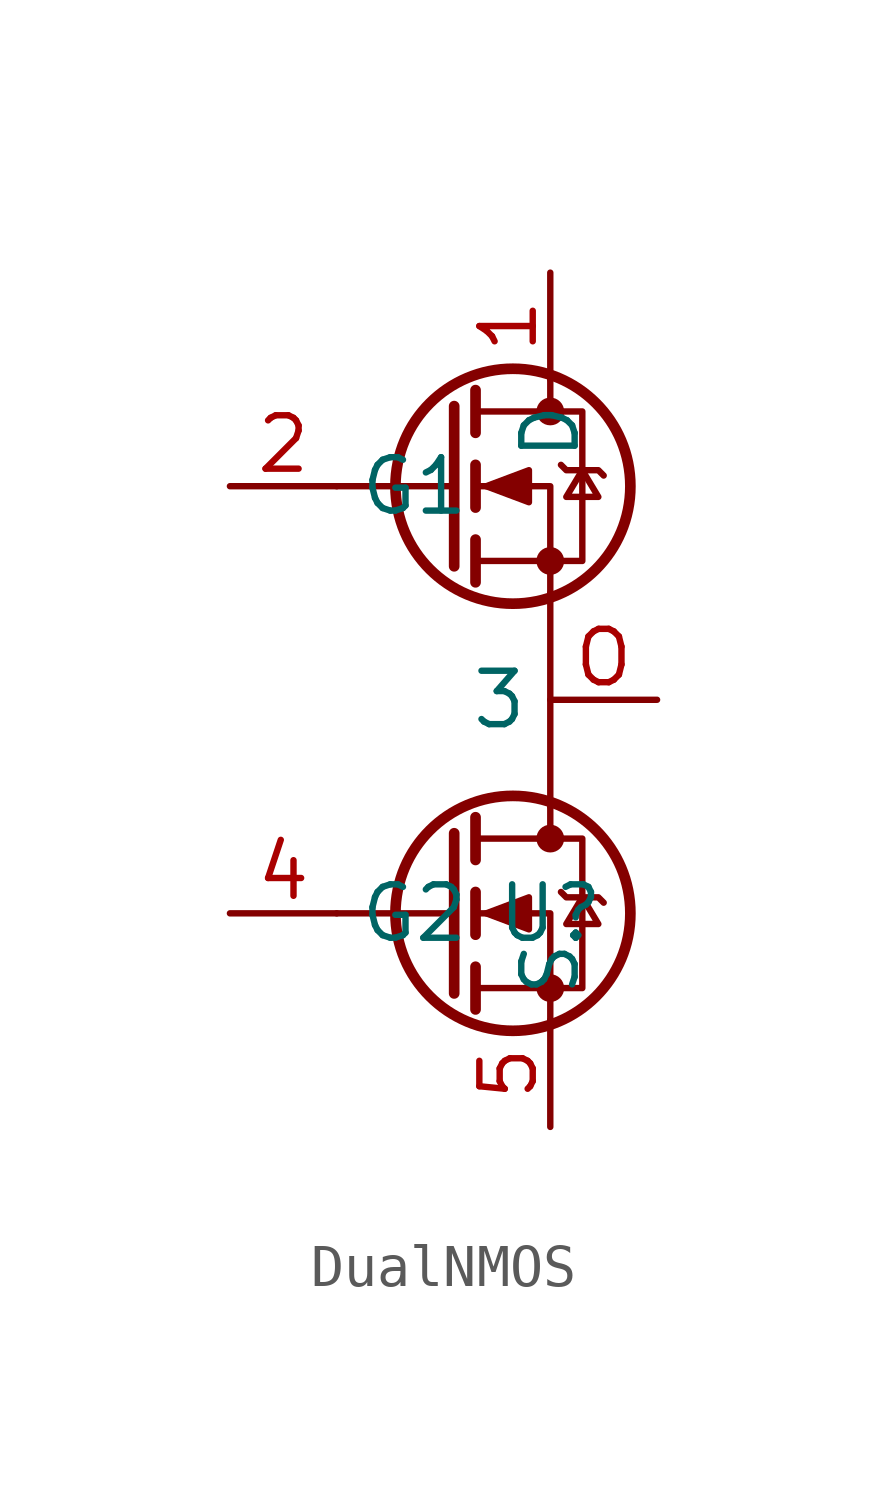
<source format=kicad_sym>
(kicad_symbol_lib
  (version 20220914)
  (generator kicad_symbol_editor)
  (symbol "DualNMOS"
    (property "Reference" "U"
      (at 0 -5.08 0)
      (effects (font (size 1.27 1.27))))
    (property "Value" ""
      (at 0 -5.08 0)
      (effects (font (size 1.27 1.27))))
    (symbol "DualNMOS_0_1"
      (circle (center -0.889 -5.08) (radius 2.794) (stroke (width 0.254) (type default)) (fill (type none)))
      (circle (center -0.889 5.08) (radius 2.794) (stroke (width 0.254) (type default)) (fill (type none)))
      (circle (center 0 -6.858) (radius 0.254) (stroke (width 0) (type default)) (fill (type outline)))
      (circle (center 0 -3.302) (radius 0.254) (stroke (width 0) (type default)) (fill (type outline)))
      (polyline (pts (xy -2.286 -5.08) (xy -5.08 -5.08)) (stroke (width 0) (type default)) (fill (type none)))
      (polyline (pts (xy -2.286 -3.175) (xy -2.286 -6.985)) (stroke (width 0.254) (type default)) (fill (type none)))
      (polyline (pts (xy -2.286 5.08) (xy -5.08 5.08)) (stroke (width 0) (type default)) (fill (type none)))
      (polyline (pts (xy -2.286 6.985) (xy -2.286 3.175)) (stroke (width 0.254) (type default)) (fill (type none)))
      (polyline (pts (xy -1.778 -6.35) (xy -1.778 -7.366)) (stroke (width 0.254) (type default)) (fill (type none)))
      (polyline (pts (xy -1.778 -4.572) (xy -1.778 -5.588)) (stroke (width 0.254) (type default)) (fill (type none)))
      (polyline (pts (xy -1.778 -2.794) (xy -1.778 -3.81)) (stroke (width 0.254) (type default)) (fill (type none)))
      (polyline (pts (xy -1.778 3.81) (xy -1.778 2.794)) (stroke (width 0.254) (type default)) (fill (type none)))
      (polyline (pts (xy -1.778 5.588) (xy -1.778 4.572)) (stroke (width 0.254) (type default)) (fill (type none)))
      (polyline (pts (xy -1.778 7.366) (xy -1.778 6.35)) (stroke (width 0.254) (type default)) (fill (type none)))
      (polyline (pts (xy 0 -2.54) (xy 0 -3.302)) (stroke (width 0) (type default)) (fill (type none)))
      (polyline (pts (xy 0 2.54) (xy 0 -2.54)) (stroke (width 0) (type default)) (fill (type none)))
      (polyline (pts (xy 0 7.62) (xy 0 6.858)) (stroke (width 0) (type default)) (fill (type none)))
      (polyline (pts (xy 0 -7.62) (xy 0 -5.08) (xy -1.778 -5.08)) (stroke (width 0) (type default)) (fill (type none)))
      (polyline (pts (xy 0 2.54) (xy 0 5.08) (xy -1.778 5.08)) (stroke (width 0) (type default)) (fill (type none)))
      (polyline (pts (xy -1.778 -6.858) (xy 0.762 -6.858) (xy 0.762 -3.302) (xy -1.778 -3.302)) (stroke (width 0) (type default)) (fill (type none)))
      (polyline (pts (xy -1.778 3.302) (xy 0.762 3.302) (xy 0.762 6.858) (xy -1.778 6.858)) (stroke (width 0) (type default)) (fill (type none)))
      (polyline (pts (xy -1.524 -5.08) (xy -0.508 -4.699) (xy -0.508 -5.461) (xy -1.524 -5.08)) (stroke (width 0) (type default)) (fill (type outline)))
      (polyline (pts (xy -1.524 5.08) (xy -0.508 5.461) (xy -0.508 4.699) (xy -1.524 5.08)) (stroke (width 0) (type default)) (fill (type outline)))
      (polyline (pts (xy 0.254 -4.572) (xy 0.381 -4.699) (xy 1.143 -4.699) (xy 1.27 -4.826)) (stroke (width 0) (type default)) (fill (type none)))
      (polyline (pts (xy 0.254 5.588) (xy 0.381 5.461) (xy 1.143 5.461) (xy 1.27 5.334)) (stroke (width 0) (type default)) (fill (type none)))
      (polyline (pts (xy 0.762 -4.699) (xy 0.381 -5.334) (xy 1.143 -5.334) (xy 0.762 -4.699)) (stroke (width 0) (type default)) (fill (type none)))
      (polyline (pts (xy 0.762 5.461) (xy 0.381 4.826) (xy 1.143 4.826) (xy 0.762 5.461)) (stroke (width 0) (type default)) (fill (type none)))
      (circle (center 0 3.302) (radius 0.254) (stroke (width 0) (type default)) (fill (type outline)))
      (circle (center 0 6.858) (radius 0.254) (stroke (width 0) (type default)) (fill (type outline))))
    (symbol "DualNMOS_1_1"
      (pin passive line (at 0 10.16 270) (length 2.54) (name "D" (effects (font (size 1.27 1.27)))) (number "1" (effects (font (size 1.27 1.27)))))
      (pin input line (at -7.62 5.08 0) (length 2.54) (name "G1" (effects (font (size 1.27 1.27)))) (number "2" (effects (font (size 1.27 1.27)))))
      (pin input line (at -7.62 -5.08 0) (length 2.54) (name "G2" (effects (font (size 1.27 1.27)))) (number "4" (effects (font (size 1.27 1.27)))))
      (pin passive line (at 0 -10.16 90) (length 2.54) (name "S" (effects (font (size 1.27 1.27)))) (number "5" (effects (font (size 1.27 1.27)))))
      (pin input line (at 2.54 0 180) (length 2.54) (name "3" (effects (font (size 1.27 1.27)))) (number "O" (effects (font (size 1.27 1.27))))))))
</source>
